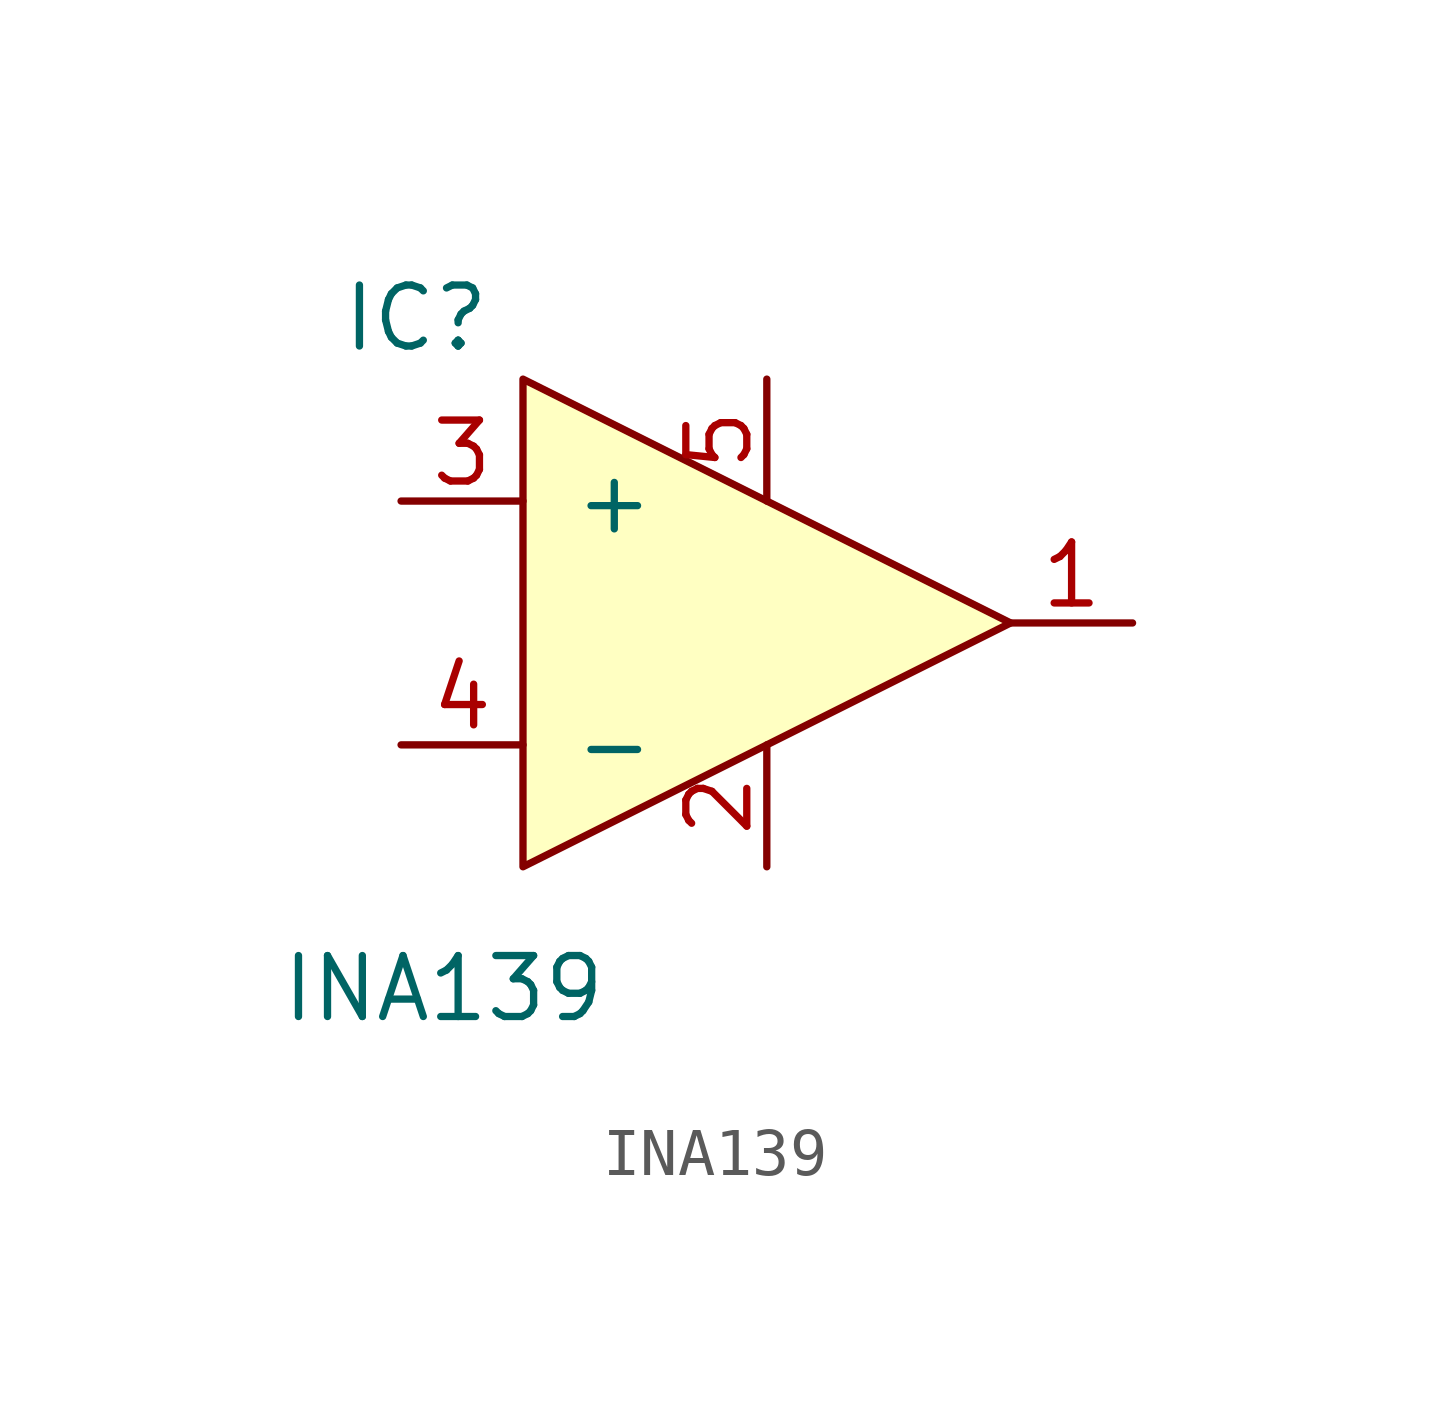
<source format=kicad_sym>
(kicad_symbol_lib
  (version 20211014)
  (generator kicad_symbol_editor)
  (symbol "INA139"
    (pin_names
      (offset 1.016))
    (property "Reference" "IC"
      (at -6.35 6.35 0)
      (effects (font (size 1.27 1.27)) (justify left)))
    (property "Value" "INA139"
      (at -7.62 -7.62 0)
      (effects (font (size 1.27 1.27)) (justify left)))
    (symbol "INA139_0_0"
      (pin output line (at 10.16 0 180) (length 2.54) (name "~" (effects (font (size 1.27 1.27)))) (number "1" (effects (font (size 1.27 1.27)))))
      (pin power_in line (at 2.54 -5.08 90) (length 2.54) (name "~" (effects (font (size 1.27 1.27)))) (number "2" (effects (font (size 1.27 1.27)))))
      (pin input line (at -5.08 2.54 0) (length 2.54) (name "+" (effects (font (size 1.27 1.27)))) (number "3" (effects (font (size 1.27 1.27)))))
      (pin input line (at -5.08 -2.54 0) (length 2.54) (name "-" (effects (font (size 1.27 1.27)))) (number "4" (effects (font (size 1.27 1.27)))))
      (pin power_in line (at 2.54 5.08 270) (length 2.54) (name "~" (effects (font (size 1.27 1.27)))) (number "5" (effects (font (size 1.27 1.27))))))
    (symbol "INA139_0_1"
      (polyline (pts (xy -2.54 5.08) (xy 7.62 0) (xy -2.54 -5.08) (xy -2.54 5.08)) (stroke (width 0) (type default) (color 0 0 0 0)) (fill (type background))))))
</source>
